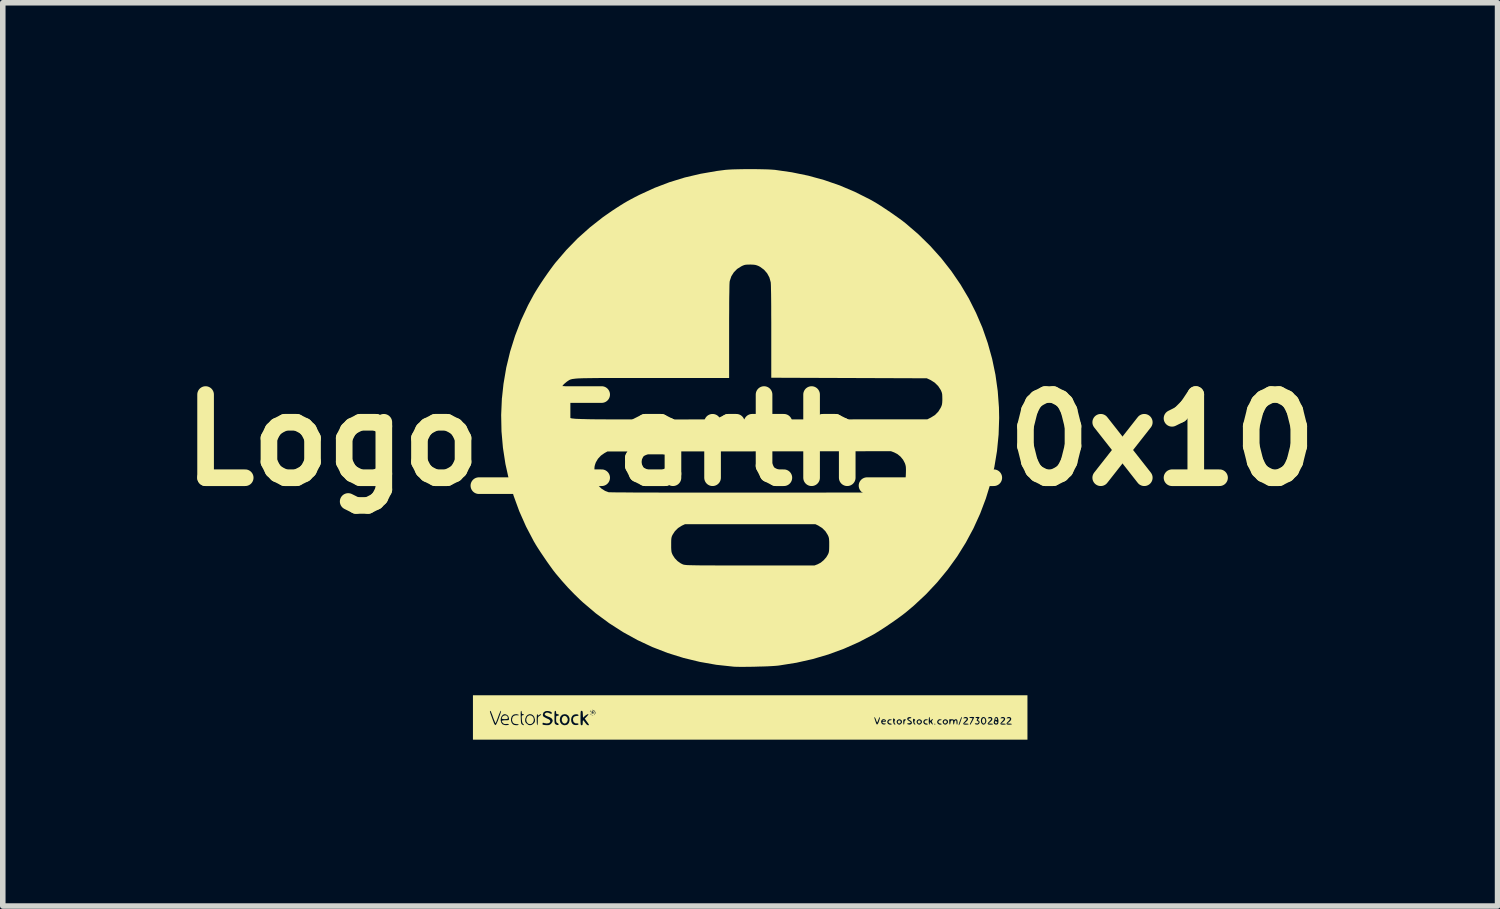
<source format=kicad_pcb>
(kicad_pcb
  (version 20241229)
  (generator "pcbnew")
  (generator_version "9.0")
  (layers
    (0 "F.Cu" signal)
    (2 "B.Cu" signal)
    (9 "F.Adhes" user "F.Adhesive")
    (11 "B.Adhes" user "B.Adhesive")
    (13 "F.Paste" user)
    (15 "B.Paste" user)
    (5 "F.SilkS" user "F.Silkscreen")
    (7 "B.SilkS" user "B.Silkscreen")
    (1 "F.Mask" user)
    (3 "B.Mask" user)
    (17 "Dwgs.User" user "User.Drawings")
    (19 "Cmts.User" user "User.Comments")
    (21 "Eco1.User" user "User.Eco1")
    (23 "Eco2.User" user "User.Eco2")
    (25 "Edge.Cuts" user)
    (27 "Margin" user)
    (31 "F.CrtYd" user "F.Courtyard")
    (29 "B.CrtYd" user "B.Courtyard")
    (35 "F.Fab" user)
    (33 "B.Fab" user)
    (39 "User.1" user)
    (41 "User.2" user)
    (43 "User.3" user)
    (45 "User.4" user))
  (footprint "Logo_Earth_10x10"
    (layer "F.Cu")
    (at 10.479 4.887)
    (property "Reference" "Logo_Earth_10x10" (at 0 0 0) (layer "F.SilkS") (effects (font (size 1.5 1.5) (thickness 0.3))))
    (attr board_only exclude_from_pos_files exclude_from_bom)
    (fp_poly (pts (xy -2.83 4.9) (xy -2.83 4.902) (xy -2.838 4.912) (xy -2.84 4.912) (xy -2.85 4.904) (xy -2.85 4.902) (xy -2.842 4.892) (xy -2.84 4.892)) (stroke (width 0) (type solid)) (fill yes) (layer "F.SilkS"))
    (fp_poly (pts (xy 2.427 5.056) (xy 2.43 5.062) (xy 2.421 5.069) (xy 2.404 5.072) (xy 2.387 5.069) (xy 2.385 5.062) (xy 2.399 5.054) (xy 2.411 5.052)) (stroke (width 0) (type solid)) (fill yes) (layer "F.SilkS"))
    (fp_poly (pts (xy 4.452 5.023) (xy 4.455 5.031) (xy 4.448 5.046) (xy 4.434 5.05) (xy 4.427 5.046) (xy 4.42 5.03) (xy 4.425 5.016) (xy 4.438 5.014)) (stroke (width 0) (type solid)) (fill yes) (layer "F.SilkS"))
    (fp_poly (pts (xy 2.71 5.062) (xy 2.715 5.082) (xy 2.71 5.103) (xy 2.692 5.11) (xy 2.671 5.107) (xy 2.664 5.098) (xy 2.662 5.073) (xy 2.674 5.057) (xy 2.692 5.054)) (stroke (width 0) (type solid)) (fill yes) (layer "F.SilkS"))
    (fp_poly (pts (xy 3.07 5.062) (xy 3.075 5.082) (xy 3.07 5.103) (xy 3.052 5.11) (xy 3.031 5.107) (xy 3.024 5.098) (xy 3.022 5.073) (xy 3.034 5.057) (xy 3.052 5.054)) (stroke (width 0) (type solid)) (fill yes) (layer "F.SilkS"))
    (fp_poly (pts (xy 3.54 5.062) (xy 3.545 5.082) (xy 3.54 5.103) (xy 3.522 5.11) (xy 3.501 5.107) (xy 3.494 5.098) (xy 3.492 5.073) (xy 3.504 5.057) (xy 3.522 5.054)) (stroke (width 0) (type solid)) (fill yes) (layer "F.SilkS"))
    (fp_poly (pts (xy 4.446 5.077) (xy 4.457 5.091) (xy 4.456 5.1) (xy 4.44 5.111) (xy 4.422 5.107) (xy 4.413 5.096) (xy 4.413 5.078) (xy 4.417 5.071) (xy 4.431 5.069)) (stroke (width 0) (type solid)) (fill yes) (layer "F.SilkS"))
    (fp_poly (pts (xy 4.227 5.021) (xy 4.237 5.043) (xy 4.238 5.074) (xy 4.236 5.087) (xy 4.224 5.108) (xy 4.21 5.112) (xy 4.192 5.103) (xy 4.184 5.087) (xy 4.181 5.054) (xy 4.188 5.028) (xy 4.203 5.013) (xy 4.21 5.012)) (stroke (width 0) (type solid)) (fill yes) (layer "F.SilkS"))
    (fp_poly (pts (xy -4.403 4.964) (xy -4.383 4.977) (xy -4.38 4.981) (xy -4.37 5.007) (xy -4.373 5.023) (xy -4.392 5.03) (xy -4.425 5.032) (xy -4.46 5.03) (xy -4.478 5.024) (xy -4.48 5.019) (xy -4.472 4.993) (xy -4.453 4.974) (xy -4.428 4.964)) (stroke (width 0) (type solid)) (fill yes) (layer "F.SilkS"))
    (fp_poly (pts (xy -3.937 4.971) (xy -3.914 4.994) (xy -3.902 5.028) (xy -3.904 5.066) (xy -3.921 5.1) (xy -3.949 5.119) (xy -3.97 5.122) (xy -3.997 5.117) (xy -4.014 5.106) (xy -4.034 5.076) (xy -4.039 5.041) (xy -4.032 5.008) (xy -4.015 4.98) (xy -3.987 4.964) (xy -3.97 4.962)) (stroke (width 0) (type solid)) (fill yes) (layer "F.SilkS"))
    (fp_poly (pts (xy -3.32 4.981) (xy -3.3 5.004) (xy -3.29 5.035) (xy -3.29 5.042) (xy -3.297 5.074) (xy -3.315 5.099) (xy -3.34 5.112) (xy -3.345 5.112) (xy -3.369 5.104) (xy -3.384 5.09) (xy -3.397 5.059) (xy -3.397 5.026) (xy -3.386 4.997) (xy -3.366 4.977) (xy -3.345 4.972)) (stroke (width 0) (type solid)) (fill yes) (layer "F.SilkS"))
    (fp_poly (pts (xy 0.144 -4.886) (xy 0.236 -4.884) (xy 0.319 -4.882) (xy 0.389 -4.878) (xy 0.443 -4.874) (xy 0.445 -4.874) (xy 0.75 -4.83) (xy 1.047 -4.769) (xy 1.334 -4.69) (xy 1.615 -4.593) (xy 1.888 -4.477) (xy 2.155 -4.343) (xy 2.225 -4.304) (xy 2.286 -4.268) (xy 2.359 -4.222) (xy 2.439 -4.169) (xy 2.523 -4.113) (xy 2.606 -4.055) (xy 2.685 -3.999) (xy 2.754 -3.948) (xy 2.805 -3.908) (xy 3.034 -3.711) (xy 3.247 -3.502) (xy 3.445 -3.281) (xy 3.627 -3.049) (xy 3.793 -2.806) (xy 3.942 -2.555) (xy 4.073 -2.294) (xy 4.188 -2.026) (xy 4.284 -1.75) (xy 4.363 -1.467) (xy 4.423 -1.179) (xy 4.464 -0.886) (xy 4.486 -0.589) (xy 4.49 -0.4) (xy 4.48 -0.1) (xy 4.451 0.196) (xy 4.403 0.487) (xy 4.336 0.773) (xy 4.25 1.053) (xy 4.147 1.326) (xy 4.026 1.592) (xy 3.888 1.849) (xy 3.733 2.098) (xy 3.561 2.336) (xy 3.373 2.564) (xy 3.17 2.781) (xy 2.95 2.986) (xy 2.805 3.108) (xy 2.747 3.153) (xy 2.676 3.205) (xy 2.596 3.262) (xy 2.513 3.319) (xy 2.429 3.376) (xy 2.35 3.427) (xy 2.278 3.472) (xy 2.225 3.504) (xy 1.96 3.643) (xy 1.689 3.763) (xy 1.411 3.865) (xy 1.126 3.949) (xy 0.832 4.015) (xy 0.53 4.063) (xy 0.5 4.067) (xy 0.456 4.071) (xy 0.396 4.075) (xy 0.323 4.079) (xy 0.241 4.082) (xy 0.153 4.084) (xy 0.063 4.087) (xy -0.026 4.088) (xy -0.11 4.089) (xy -0.185 4.089) (xy -0.248 4.088) (xy -0.296 4.086) (xy -0.305 4.085) (xy -0.611 4.052) (xy -0.911 3.999) (xy -1.203 3.928) (xy -1.488 3.839) (xy -1.764 3.732) (xy -2.033 3.606) (xy -2.292 3.463) (xy -2.543 3.302) (xy -2.784 3.124) (xy -3.015 2.928) (xy -3.066 2.881) (xy -3.175 2.775) (xy -3.288 2.658) (xy -3.398 2.535) (xy -3.501 2.413) (xy -3.507 2.406) (xy -3.553 2.347) (xy -3.605 2.275) (xy -3.662 2.195) (xy -3.72 2.11) (xy -3.777 2.026) (xy -3.829 1.946) (xy -3.867 1.886) (xy -1.425 1.886) (xy -1.425 1.94) (xy -1.423 1.979) (xy -1.42 2.008) (xy -1.415 2.031) (xy -1.406 2.053) (xy -1.397 2.073) (xy -1.36 2.13) (xy -1.31 2.182) (xy -1.252 2.223) (xy -1.217 2.24) (xy -1.209 2.243) (xy -1.2 2.246) (xy -1.189 2.248) (xy -1.175 2.25) (xy -1.157 2.252) (xy -1.135 2.254) (xy -1.105 2.255) (xy -1.069 2.256) (xy -1.024 2.257) (xy -0.969 2.258) (xy -0.904 2.259) (xy -0.826 2.259) (xy -0.736 2.259) (xy -0.632 2.26) (xy -0.512 2.26) (xy -0.376 2.26) (xy -0.222 2.26) (xy -0.05 2.26) (xy -0.003 2.26) (xy 1.159 2.261) (xy 1.217 2.239) (xy 1.272 2.21) (xy 1.325 2.166) (xy 1.372 2.113) (xy 1.4 2.066) (xy 1.411 2.043) (xy 1.418 2.02) (xy 1.422 1.994) (xy 1.424 1.96) (xy 1.425 1.911) (xy 1.425 1.891) (xy 1.425 1.837) (xy 1.423 1.798) (xy 1.42 1.769) (xy 1.414 1.745) (xy 1.404 1.722) (xy 1.399 1.711) (xy 1.357 1.644) (xy 1.3 1.587) (xy 1.232 1.544) (xy 1.232 1.543) (xy 1.175 1.516) (xy 0 1.516) (xy -1.175 1.516) (xy -1.231 1.542) (xy -1.3 1.585) (xy -1.358 1.643) (xy -1.397 1.703) (xy -1.409 1.726) (xy -1.416 1.746) (xy -1.421 1.769) (xy -1.424 1.799) (xy -1.425 1.84) (xy -1.425 1.886) (xy -3.867 1.886) (xy -3.874 1.873) (xy -3.903 1.824) (xy -4.043 1.557) (xy -4.164 1.284) (xy -4.266 1.005) (xy -4.35 0.72) (xy -4.388 0.547) (xy -2.809 0.547) (xy -2.808 0.59) (xy -2.806 0.644) (xy -2.803 0.683) (xy -2.797 0.712) (xy -2.789 0.738) (xy -2.781 0.755) (xy -2.739 0.82) (xy -2.683 0.874) (xy -2.617 0.916) (xy -2.553 0.94) (xy -2.539 0.94) (xy -2.506 0.941) (xy -2.455 0.942) (xy -2.386 0.943) (xy -2.3 0.943) (xy -2.198 0.944) (xy -2.08 0.945) (xy -1.947 0.945) (xy -1.8 0.945) (xy -1.64 0.946) (xy -1.467 0.946) (xy -1.282 0.947) (xy -1.086 0.947) (xy -0.88 0.947) (xy -0.664 0.947) (xy -0.439 0.947) (xy -0.206 0.947) (xy 0.02 0.947) (xy 2.555 0.945) (xy 2.611 0.919) (xy 2.68 0.876) (xy 2.738 0.818) (xy 2.777 0.758) (xy 2.789 0.732) (xy 2.797 0.708) (xy 2.803 0.679) (xy 2.806 0.641) (xy 2.808 0.59) (xy 2.809 0.537) (xy 2.808 0.498) (xy 2.805 0.468) (xy 2.798 0.441) (xy 2.789 0.415) (xy 2.757 0.354) (xy 2.711 0.298) (xy 2.655 0.252) (xy 2.597 0.222) (xy 2.539 0.2) (xy -0.018 0.203) (xy -2.575 0.205) (xy -2.628 0.234) (xy -2.692 0.279) (xy -2.745 0.336) (xy -2.783 0.4) (xy -2.789 0.416) (xy -2.799 0.445) (xy -2.806 0.473) (xy -2.809 0.505) (xy -2.809 0.547) (xy -4.388 0.547) (xy -4.414 0.431) (xy -4.459 0.138) (xy -4.485 -0.157) (xy -4.491 -0.454) (xy -4.478 -0.752) (xy -4.475 -0.772) (xy -3.47 -0.772) (xy -3.466 -0.691) (xy -3.446 -0.613) (xy -3.411 -0.541) (xy -3.362 -0.478) (xy -3.301 -0.428) (xy -3.293 -0.423) (xy -3.285 -0.419) (xy -3.278 -0.414) (xy -3.272 -0.41) (xy -3.265 -0.406) (xy -3.258 -0.402) (xy -3.249 -0.399) (xy -3.237 -0.396) (xy -3.223 -0.393) (xy -3.205 -0.39) (xy -3.183 -0.388) (xy -3.156 -0.385) (xy -3.124 -0.383) (xy -3.085 -0.382) (xy -3.04 -0.38) (xy -2.987 -0.379) (xy -2.926 -0.377) (xy -2.857 -0.376) (xy -2.777 -0.375) (xy -2.688 -0.375) (xy -2.588 -0.374) (xy -2.477 -0.373) (xy -2.353 -0.373) (xy -2.217 -0.373) (xy -2.067 -0.373) (xy -1.903 -0.372) (xy -1.725 -0.372) (xy -1.531 -0.372) (xy -1.321 -0.372) (xy -1.095 -0.373) (xy -0.851 -0.373) (xy -0.589 -0.373) (xy -0.309 -0.373) (xy -0.009 -0.373) (xy 0.015 -0.373) (xy 3.195 -0.375) (xy 3.261 -0.408) (xy 3.334 -0.454) (xy 3.394 -0.516) (xy 3.438 -0.588) (xy 3.451 -0.618) (xy 3.459 -0.645) (xy 3.463 -0.677) (xy 3.465 -0.718) (xy 3.465 -0.745) (xy 3.464 -0.794) (xy 3.462 -0.829) (xy 3.456 -0.856) (xy 3.446 -0.882) (xy 3.437 -0.903) (xy 3.39 -0.975) (xy 3.328 -1.036) (xy 3.254 -1.083) (xy 3.252 -1.084) (xy 3.185 -1.115) (xy 1.782 -1.12) (xy 0.38 -1.125) (xy 0.38 -1.956) (xy 0.38 -2.124) (xy 0.379 -2.277) (xy 0.379 -2.413) (xy 0.378 -2.531) (xy 0.377 -2.632) (xy 0.375 -2.715) (xy 0.374 -2.779) (xy 0.372 -2.824) (xy 0.37 -2.849) (xy 0.369 -2.851) (xy 0.346 -2.934) (xy 0.305 -3.009) (xy 0.249 -3.073) (xy 0.18 -3.124) (xy 0.15 -3.14) (xy 0.119 -3.152) (xy 0.09 -3.16) (xy 0.055 -3.164) (xy 0.008 -3.166) (xy -0.000211 -3.166) (xy -0.047 -3.165) (xy -0.08 -3.163) (xy -0.108 -3.157) (xy -0.136 -3.146) (xy -0.162 -3.133) (xy -0.235 -3.087) (xy -0.295 -3.026) (xy -0.34 -2.955) (xy -0.367 -2.874) (xy -0.37 -2.862) (xy -0.372 -2.841) (xy -0.374 -2.802) (xy -0.375 -2.743) (xy -0.376 -2.667) (xy -0.378 -2.574) (xy -0.379 -2.465) (xy -0.379 -2.34) (xy -0.38 -2.201) (xy -0.38 -2.047) (xy -0.38 -1.964) (xy -0.38 -1.12) (xy -1.763 -1.12) (xy -1.961 -1.12) (xy -2.141 -1.12) (xy -2.302 -1.12) (xy -2.446 -1.12) (xy -2.575 -1.12) (xy -2.688 -1.12) (xy -2.788 -1.119) (xy -2.874 -1.118) (xy -2.949 -1.117) (xy -3.013 -1.116) (xy -3.067 -1.114) (xy -3.113 -1.112) (xy -3.15 -1.109) (xy -3.181 -1.105) (xy -3.206 -1.102) (xy -3.226 -1.097) (xy -3.243 -1.092) (xy -3.257 -1.086) (xy -3.269 -1.079) (xy -3.28 -1.072) (xy -3.292 -1.064) (xy -3.305 -1.055) (xy -3.308 -1.053) (xy -3.36 -1.009) (xy -3.406 -0.953) (xy -3.442 -0.891) (xy -3.456 -0.852) (xy -3.47 -0.772) (xy -4.475 -0.772) (xy -4.449 -1.014) (xy -4.399 -1.308) (xy -4.329 -1.598) (xy -4.24 -1.882) (xy -4.133 -2.161) (xy -4.006 -2.433) (xy -3.903 -2.624) (xy -3.868 -2.683) (xy -3.824 -2.754) (xy -3.773 -2.833) (xy -3.718 -2.915) (xy -3.662 -2.996) (xy -3.607 -3.073) (xy -3.557 -3.141) (xy -3.515 -3.196) (xy -3.318 -3.426) (xy -3.11 -3.64) (xy -2.888 -3.838) (xy -2.654 -4.022) (xy -2.49 -4.136) (xy -2.409 -4.189) (xy -2.339 -4.234) (xy -2.276 -4.273) (xy -2.216 -4.308) (xy -2.154 -4.342) (xy -2.086 -4.378) (xy -2.006 -4.419) (xy -1.985 -4.429) (xy -1.724 -4.549) (xy -1.456 -4.651) (xy -1.18 -4.736) (xy -0.894 -4.803) (xy -0.599 -4.854) (xy -0.445 -4.874) (xy -0.392 -4.878) (xy -0.322 -4.882) (xy -0.24 -4.884) (xy -0.149 -4.886) (xy -0.052 -4.887) (xy 0.047 -4.887)) (stroke (width 0) (type solid)) (fill yes) (layer "F.SilkS"))
    (fp_poly (pts (xy 5 5.002) (xy 5 5.402) (xy 0 5.402) (xy -5 5.402) (xy -5 5.002) (xy -5 4.89) (xy -4.694 4.89) (xy -4.689 4.915) (xy -4.681 4.938) (xy -4.669 4.972) (xy -4.653 5.016) (xy -4.637 5.061) (xy -4.635 5.065) (xy -4.619 5.108) (xy -4.605 5.132) (xy -4.594 5.14) (xy -4.593 5.14) (xy -4.583 5.129) (xy -4.569 5.102) (xy -4.551 5.062) (xy -4.551 5.06) (xy -4.499 5.06) (xy -4.489 5.096) (xy -4.467 5.124) (xy -4.456 5.13) (xy -4.422 5.14) (xy -4.385 5.14) (xy -4.366 5.136) (xy -4.351 5.127) (xy -4.353 5.121) (xy -4.371 5.118) (xy -4.394 5.119) (xy -4.425 5.121) (xy -4.446 5.114) (xy -4.459 5.103) (xy -4.478 5.08) (xy -4.48 5.065) (xy -4.465 5.056) (xy -4.431 5.052) (xy -4.415 5.052) (xy -4.38 5.052) (xy -4.361 5.049) (xy -4.352 5.043) (xy -4.35 5.031) (xy -4.35 5.023) (xy -4.35 5.023) (xy -4.313 5.023) (xy -4.313 5.063) (xy -4.3 5.1) (xy -4.277 5.127) (xy -4.254 5.137) (xy -4.225 5.141) (xy -4.197 5.141) (xy -4.178 5.135) (xy -4.175 5.132) (xy -4.18 5.126) (xy -4.201 5.122) (xy -4.213 5.122) (xy -4.254 5.115) (xy -4.281 5.095) (xy -4.293 5.061) (xy -4.295 5.042) (xy -4.287 5.001) (xy -4.267 4.974) (xy -4.234 4.963) (xy -4.22 4.962) (xy -4.188 4.963) (xy -4.173 4.962) (xy -4.173 4.958) (xy -4.139 4.958) (xy -4.138 4.998) (xy -4.136 5.049) (xy -4.134 5.084) (xy -4.13 5.106) (xy -4.124 5.119) (xy -4.115 5.128) (xy -4.094 5.14) (xy -4.082 5.14) (xy -4.08 5.136) (xy -4.087 5.125) (xy -4.097 5.117) (xy -4.107 5.103) (xy -4.114 5.076) (xy -4.115 5.065) (xy -4.059 5.065) (xy -4.054 5.085) (xy -4.038 5.105) (xy -4.032 5.112) (xy -3.999 5.136) (xy -3.97 5.142) (xy -3.937 5.134) (xy -3.908 5.112) (xy -3.889 5.09) (xy -3.882 5.071) (xy -3.882 5.044) (xy -3.882 5.042) (xy -3.85 5.042) (xy -3.849 5.088) (xy -3.846 5.122) (xy -3.842 5.14) (xy -3.84 5.142) (xy -3.835 5.133) (xy -3.833 5.115) (xy -3.746 5.115) (xy -3.745 5.127) (xy -3.731 5.134) (xy -3.701 5.139) (xy -3.662 5.141) (xy -3.629 5.139) (xy -3.605 5.127) (xy -3.589 5.113) (xy -3.566 5.08) (xy -3.562 5.05) (xy -3.578 5.022) (xy -3.612 4.999) (xy -3.618 4.996) (xy -3.53 4.996) (xy -3.53 5.046) (xy -3.529 5.08) (xy -3.526 5.101) (xy -3.521 5.114) (xy -3.512 5.123) (xy -3.507 5.127) (xy -3.482 5.138) (xy -3.462 5.137) (xy -3.453 5.126) (xy -3.458 5.115) (xy -3.475 5.104) (xy -3.489 5.096) (xy -3.496 5.083) (xy -3.5 5.061) (xy -3.5 5.053) (xy -3.434 5.053) (xy -3.423 5.093) (xy -3.4 5.123) (xy -3.366 5.14) (xy -3.345 5.142) (xy -3.315 5.137) (xy -3.293 5.127) (xy -3.271 5.1) (xy -3.259 5.063) (xy -3.258 5.043) (xy -3.23 5.043) (xy -3.225 5.081) (xy -3.208 5.113) (xy -3.186 5.131) (xy -3.161 5.138) (xy -3.133 5.139) (xy -3.109 5.135) (xy -3.096 5.126) (xy -3.095 5.122) (xy -3.103 5.11) (xy -3.115 5.109) (xy -3.154 5.107) (xy -3.18 5.089) (xy -3.189 5.074) (xy -3.197 5.035) (xy -3.191 5.012) (xy -3.06 5.012) (xy -3.06 5.065) (xy -3.059 5.101) (xy -3.057 5.124) (xy -3.053 5.136) (xy -3.048 5.141) (xy -3.04 5.142) (xy -3.028 5.139) (xy -3.022 5.127) (xy -3.02 5.1) (xy -3.02 5.097) (xy -3.019 5.07) (xy -3.015 5.054) (xy -3.013 5.052) (xy -3.003 5.06) (xy -2.987 5.08) (xy -2.975 5.097) (xy -2.95 5.128) (xy -2.929 5.141) (xy -2.922 5.142) (xy -2.911 5.141) (xy -2.909 5.137) (xy 3.76 5.137) (xy 3.763 5.143) (xy 3.771 5.133) (xy 3.779 5.116) (xy 3.841 5.116) (xy 3.849 5.127) (xy 3.875 5.132) (xy 3.89 5.132) (xy 3.919 5.13) (xy 3.937 5.126) (xy 3.94 5.122) (xy 3.931 5.116) (xy 3.909 5.112) (xy 3.897 5.112) (xy 3.855 5.111) (xy 3.893 5.081) (xy 3.921 5.052) (xy 3.929 5.027) (xy 3.919 5.005) (xy 3.918 5.004) (xy 3.914 5.002) (xy 3.95 5.002) (xy 3.959 5.009) (xy 3.98 5.012) (xy 3.98 5.012) (xy 4.001 5.014) (xy 4.01 5.017) (xy 4.01 5.017) (xy 4.006 5.028) (xy 3.995 5.052) (xy 3.985 5.072) (xy 3.969 5.104) (xy 3.962 5.122) (xy 3.962 5.13) (xy 3.968 5.132) (xy 3.968 5.132) (xy 3.976 5.124) (xy 3.982 5.113) (xy 4.05 5.113) (xy 4.056 5.122) (xy 4.062 5.125) (xy 4.096 5.132) (xy 4.122 5.121) (xy 4.132 5.106) (xy 4.139 5.085) (xy 4.132 5.07) (xy 4.122 5.062) (xy 4.16 5.062) (xy 4.166 5.097) (xy 4.182 5.121) (xy 4.203 5.132) (xy 4.226 5.127) (xy 4.238 5.116) (xy 4.281 5.116) (xy 4.289 5.127) (xy 4.315 5.132) (xy 4.33 5.132) (xy 4.359 5.13) (xy 4.377 5.126) (xy 4.38 5.122) (xy 4.371 5.116) (xy 4.349 5.112) (xy 4.338 5.112) (xy 4.295 5.111) (xy 4.325 5.087) (xy 4.39 5.087) (xy 4.395 5.11) (xy 4.402 5.12) (xy 4.424 5.13) (xy 4.449 5.13) (xy 4.468 5.12) (xy 4.469 5.116) (xy 4.511 5.116) (xy 4.519 5.127) (xy 4.545 5.132) (xy 4.56 5.132) (xy 4.589 5.13) (xy 4.607 5.126) (xy 4.61 5.122) (xy 4.601 5.116) (xy 4.621 5.116) (xy 4.629 5.127) (xy 4.655 5.132) (xy 4.67 5.132) (xy 4.699 5.13) (xy 4.717 5.126) (xy 4.72 5.122) (xy 4.711 5.116) (xy 4.689 5.112) (xy 4.678 5.112) (xy 4.635 5.111) (xy 4.673 5.081) (xy 4.701 5.052) (xy 4.709 5.027) (xy 4.699 5.005) (xy 4.698 5.004) (xy 4.675 4.993) (xy 4.648 4.995) (xy 4.63 5.007) (xy 4.624 5.017) (xy 4.632 5.019) (xy 4.648 5.016) (xy 4.675 5.015) (xy 4.685 5.024) (xy 4.68 5.042) (xy 4.657 5.068) (xy 4.656 5.069) (xy 4.63 5.097) (xy 4.621 5.116) (xy 4.601 5.116) (xy 4.601 5.116) (xy 4.579 5.112) (xy 4.567 5.112) (xy 4.525 5.111) (xy 4.562 5.081) (xy 4.591 5.052) (xy 4.599 5.027) (xy 4.589 5.005) (xy 4.588 5.004) (xy 4.565 4.993) (xy 4.538 4.995) (xy 4.52 5.007) (xy 4.514 5.017) (xy 4.522 5.019) (xy 4.538 5.016) (xy 4.565 5.015) (xy 4.575 5.024) (xy 4.57 5.042) (xy 4.547 5.068) (xy 4.546 5.069) (xy 4.52 5.097) (xy 4.511 5.116) (xy 4.469 5.116) (xy 4.475 5.099) (xy 4.477 5.068) (xy 4.474 5.036) (xy 4.466 5.01) (xy 4.457 4.998) (xy 4.435 4.993) (xy 4.416 5.004) (xy 4.405 5.028) (xy 4.405 5.035) (xy 4.402 5.057) (xy 4.397 5.068) (xy 4.39 5.087) (xy 4.325 5.087) (xy 4.332 5.081) (xy 4.361 5.052) (xy 4.369 5.027) (xy 4.359 5.005) (xy 4.358 5.004) (xy 4.335 4.993) (xy 4.308 4.995) (xy 4.29 5.007) (xy 4.284 5.017) (xy 4.292 5.019) (xy 4.308 5.016) (xy 4.335 5.015) (xy 4.345 5.024) (xy 4.34 5.042) (xy 4.317 5.068) (xy 4.316 5.069) (xy 4.29 5.097) (xy 4.281 5.116) (xy 4.238 5.116) (xy 4.244 5.11) (xy 4.258 5.08) (xy 4.258 5.049) (xy 4.249 5.022) (xy 4.233 5.002) (xy 4.212 4.993) (xy 4.189 4.998) (xy 4.176 5.008) (xy 4.165 5.028) (xy 4.16 5.058) (xy 4.16 5.062) (xy 4.122 5.062) (xy 4.122 5.062) (xy 4.109 5.047) (xy 4.11 5.037) (xy 4.122 5.024) (xy 4.13 5.011) (xy 4.135 4.999) (xy 4.129 4.993) (xy 4.107 4.992) (xy 4.1 4.992) (xy 4.075 4.994) (xy 4.061 5) (xy 4.06 5.002) (xy 4.068 5.01) (xy 4.08 5.012) (xy 4.097 5.016) (xy 4.097 5.029) (xy 4.088 5.04) (xy 4.083 5.055) (xy 4.098 5.068) (xy 4.114 5.075) (xy 4.119 5.085) (xy 4.117 5.096) (xy 4.107 5.109) (xy 4.086 5.11) (xy 4.08 5.108) (xy 4.059 5.108) (xy 4.05 5.113) (xy 3.982 5.113) (xy 3.989 5.102) (xy 4.006 5.071) (xy 4.008 5.067) (xy 4.024 5.034) (xy 4.035 5.01) (xy 4.04 4.997) (xy 4.04 4.997) (xy 4.031 4.994) (xy 4.008 4.992) (xy 3.995 4.992) (xy 3.968 4.994) (xy 3.952 4.999) (xy 3.95 5.002) (xy 3.914 5.002) (xy 3.895 4.993) (xy 3.868 4.995) (xy 3.85 5.007) (xy 3.844 5.017) (xy 3.852 5.019) (xy 3.868 5.016) (xy 3.895 5.015) (xy 3.905 5.024) (xy 3.9 5.042) (xy 3.877 5.068) (xy 3.876 5.069) (xy 3.85 5.097) (xy 3.841 5.116) (xy 3.779 5.116) (xy 3.781 5.111) (xy 3.793 5.079) (xy 3.795 5.072) (xy 3.806 5.04) (xy 3.814 5.014) (xy 3.818 5.004) (xy 3.816 4.993) (xy 3.813 4.992) (xy 3.807 5.001) (xy 3.796 5.023) (xy 3.785 5.053) (xy 3.773 5.085) (xy 3.764 5.114) (xy 3.76 5.135) (xy 3.76 5.137) (xy -2.909 5.137) (xy -2.908 5.136) (xy -2.914 5.122) (xy -2.93 5.098) (xy -2.942 5.082) (xy -2.984 5.022) (xy -2.963 5.001) (xy 2.239 5.001) (xy 2.243 5.022) (xy 2.254 5.057) (xy 2.27 5.103) (xy 2.275 5.115) (xy 2.285 5.129) (xy 2.296 5.125) (xy 2.31 5.102) (xy 2.319 5.078) (xy 2.36 5.078) (xy 2.368 5.107) (xy 2.389 5.126) (xy 2.417 5.13) (xy 2.44 5.122) (xy 2.448 5.115) (xy 2.445 5.112) (xy 2.426 5.11) (xy 2.411 5.109) (xy 2.388 5.103) (xy 2.382 5.093) (xy 2.393 5.085) (xy 2.414 5.082) (xy 2.441 5.078) (xy 2.445 5.073) (xy 2.472 5.073) (xy 2.474 5.099) (xy 2.49 5.12) (xy 2.517 5.132) (xy 2.525 5.132) (xy 2.546 5.128) (xy 2.555 5.123) (xy 2.55 5.116) (xy 2.531 5.111) (xy 2.528 5.11) (xy 2.505 5.105) (xy 2.496 5.094) (xy 2.495 5.082) (xy 2.498 5.064) (xy 2.512 5.055) (xy 2.53 5.052) (xy 2.551 5.048) (xy 2.554 5.043) (xy 2.55 5.041) (xy 2.576 5.041) (xy 2.577 5.069) (xy 2.582 5.098) (xy 2.59 5.119) (xy 2.594 5.124) (xy 2.612 5.132) (xy 2.62 5.124) (xy 2.62 5.122) (xy 2.612 5.112) (xy 2.61 5.112) (xy 2.603 5.103) (xy 2.6 5.082) (xy 2.6 5.082) (xy 2.64 5.082) (xy 2.648 5.106) (xy 2.667 5.125) (xy 2.687 5.132) (xy 2.707 5.126) (xy 2.722 5.115) (xy 2.738 5.09) (xy 2.737 5.083) (xy 2.76 5.083) (xy 2.762 5.111) (xy 2.767 5.129) (xy 2.77 5.132) (xy 2.777 5.123) (xy 2.778 5.114) (xy 2.83 5.114) (xy 2.838 5.123) (xy 2.842 5.125) (xy 2.873 5.131) (xy 2.9 5.125) (xy 2.91 5.117) (xy 2.917 5.095) (xy 2.908 5.073) (xy 2.885 5.055) (xy 2.879 5.053) (xy 2.857 5.041) (xy 2.857 5.039) (xy 2.936 5.039) (xy 2.937 5.064) (xy 2.941 5.091) (xy 2.949 5.114) (xy 2.953 5.12) (xy 2.967 5.131) (xy 2.978 5.129) (xy 2.98 5.122) (xy 2.972 5.112) (xy 2.97 5.112) (xy 2.963 5.103) (xy 2.96 5.082) (xy 2.96 5.082) (xy 3 5.082) (xy 3.008 5.106) (xy 3.027 5.125) (xy 3.047 5.132) (xy 3.067 5.126) (xy 3.082 5.115) (xy 3.098 5.09) (xy 3.096 5.073) (xy 3.122 5.073) (xy 3.124 5.099) (xy 3.14 5.12) (xy 3.167 5.132) (xy 3.175 5.132) (xy 3.196 5.128) (xy 3.205 5.123) (xy 3.2 5.116) (xy 3.181 5.111) (xy 3.178 5.11) (xy 3.155 5.105) (xy 3.146 5.094) (xy 3.145 5.082) (xy 3.148 5.064) (xy 3.152 5.062) (xy 3.22 5.062) (xy 3.221 5.098) (xy 3.225 5.123) (xy 3.23 5.132) (xy 3.23 5.132) (xy 3.237 5.123) (xy 3.24 5.105) (xy 3.241 5.077) (xy 3.263 5.105) (xy 3.283 5.126) (xy 3.293 5.131) (xy 3.293 5.122) (xy 3.32 5.122) (xy 3.328 5.132) (xy 3.33 5.132) (xy 3.34 5.124) (xy 3.34 5.122) (xy 3.332 5.112) (xy 3.33 5.112) (xy 3.32 5.12) (xy 3.32 5.122) (xy 3.293 5.122) (xy 3.293 5.12) (xy 3.285 5.101) (xy 3.275 5.079) (xy 3.275 5.073) (xy 3.372 5.073) (xy 3.374 5.099) (xy 3.39 5.12) (xy 3.417 5.132) (xy 3.425 5.132) (xy 3.446 5.128) (xy 3.455 5.123) (xy 3.45 5.116) (xy 3.431 5.111) (xy 3.428 5.11) (xy 3.405 5.105) (xy 3.396 5.094) (xy 3.395 5.082) (xy 3.47 5.082) (xy 3.478 5.106) (xy 3.497 5.125) (xy 3.517 5.132) (xy 3.537 5.126) (xy 3.552 5.115) (xy 3.568 5.09) (xy 3.567 5.084) (xy 3.59 5.084) (xy 3.592 5.115) (xy 3.598 5.13) (xy 3.605 5.128) (xy 3.61 5.108) (xy 3.612 5.095) (xy 3.617 5.068) (xy 3.627 5.057) (xy 3.638 5.054) (xy 3.652 5.054) (xy 3.658 5.063) (xy 3.66 5.087) (xy 3.66 5.091) (xy 3.663 5.12) (xy 3.669 5.131) (xy 3.676 5.123) (xy 3.682 5.097) (xy 3.682 5.095) (xy 3.688 5.066) (xy 3.701 5.054) (xy 3.703 5.054) (xy 3.714 5.055) (xy 3.719 5.068) (xy 3.72 5.091) (xy 3.722 5.117) (xy 3.728 5.131) (xy 3.73 5.132) (xy 3.736 5.123) (xy 3.74 5.102) (xy 3.739 5.076) (xy 3.735 5.052) (xy 3.734 5.048) (xy 3.72 5.034) (xy 3.699 5.034) (xy 3.682 5.044) (xy 3.672 5.051) (xy 3.67 5.044) (xy 3.661 5.036) (xy 3.635 5.034) (xy 3.63 5.034) (xy 3.59 5.035) (xy 3.59 5.084) (xy 3.567 5.084) (xy 3.565 5.063) (xy 3.554 5.048) (xy 3.529 5.034) (xy 3.503 5.037) (xy 3.481 5.052) (xy 3.47 5.077) (xy 3.47 5.082) (xy 3.395 5.082) (xy 3.398 5.064) (xy 3.412 5.055) (xy 3.43 5.052) (xy 3.451 5.048) (xy 3.454 5.043) (xy 3.447 5.039) (xy 3.416 5.033) (xy 3.393 5.042) (xy 3.386 5.048) (xy 3.372 5.073) (xy 3.275 5.073) (xy 3.275 5.065) (xy 3.286 5.051) (xy 3.297 5.037) (xy 3.294 5.032) (xy 3.288 5.032) (xy 3.271 5.04) (xy 3.266 5.047) (xy 3.256 5.061) (xy 3.247 5.058) (xy 3.241 5.04) (xy 3.24 5.027) (xy 3.237 5.004) (xy 3.231 4.992) (xy 3.23 4.992) (xy 3.225 5.001) (xy 3.221 5.026) (xy 3.22 5.062) (xy 3.22 5.062) (xy 3.152 5.062) (xy 3.162 5.055) (xy 3.18 5.052) (xy 3.201 5.048) (xy 3.204 5.043) (xy 3.197 5.039) (xy 3.166 5.033) (xy 3.143 5.042) (xy 3.136 5.048) (xy 3.122 5.073) (xy 3.096 5.073) (xy 3.095 5.063) (xy 3.084 5.048) (xy 3.059 5.034) (xy 3.033 5.037) (xy 3.011 5.052) (xy 3 5.077) (xy 3 5.082) (xy 2.96 5.082) (xy 2.964 5.061) (xy 2.972 5.052) (xy 2.977 5.047) (xy 2.968 5.036) (xy 2.952 5.026) (xy 2.942 5.026) (xy 2.936 5.039) (xy 2.857 5.039) (xy 2.854 5.028) (xy 2.868 5.019) (xy 2.884 5.017) (xy 2.902 5.014) (xy 2.907 5.007) (xy 2.894 4.997) (xy 2.873 4.994) (xy 2.851 4.999) (xy 2.844 5.002) (xy 2.831 5.023) (xy 2.836 5.044) (xy 2.859 5.063) (xy 2.866 5.067) (xy 2.89 5.082) (xy 2.896 5.096) (xy 2.884 5.104) (xy 2.861 5.106) (xy 2.839 5.108) (xy 2.83 5.114) (xy 2.778 5.114) (xy 2.78 5.102) (xy 2.78 5.097) (xy 2.784 5.068) (xy 2.795 5.056) (xy 2.809 5.046) (xy 2.805 5.038) (xy 2.785 5.034) (xy 2.77 5.036) (xy 2.763 5.045) (xy 2.76 5.065) (xy 2.76 5.083) (xy 2.737 5.083) (xy 2.735 5.063) (xy 2.724 5.048) (xy 2.699 5.034) (xy 2.673 5.037) (xy 2.651 5.052) (xy 2.64 5.077) (xy 2.64 5.082) (xy 2.6 5.082) (xy 2.603 5.061) (xy 2.611 5.052) (xy 2.612 5.052) (xy 2.614 5.046) (xy 2.605 5.032) (xy 2.589 5.019) (xy 2.579 5.023) (xy 2.576 5.041) (xy 2.55 5.041) (xy 2.547 5.039) (xy 2.516 5.033) (xy 2.493 5.042) (xy 2.486 5.048) (xy 2.472 5.073) (xy 2.445 5.073) (xy 2.45 5.066) (xy 2.441 5.047) (xy 2.438 5.044) (xy 2.414 5.032) (xy 2.389 5.035) (xy 2.369 5.051) (xy 2.36 5.077) (xy 2.36 5.078) (xy 2.319 5.078) (xy 2.326 5.06) (xy 2.326 5.058) (xy 2.337 5.021) (xy 2.341 5) (xy 2.337 4.995) (xy 2.328 5.006) (xy 2.316 5.03) (xy 2.311 5.045) (xy 2.301 5.072) (xy 2.293 5.089) (xy 2.29 5.092) (xy 2.284 5.083) (xy 2.274 5.061) (xy 2.269 5.045) (xy 2.258 5.017) (xy 2.247 4.998) (xy 2.243 4.994) (xy 2.239 5.001) (xy -2.963 5.001) (xy -2.945 4.982) (xy -2.93 4.965) (xy -2.847 4.965) (xy -2.845 4.971) (xy -2.84 4.972) (xy -2.832 4.968) (xy -2.833 4.965) (xy -2.845 4.964) (xy -2.847 4.965) (xy -2.93 4.965) (xy -2.924 4.959) (xy -2.917 4.946) (xy -2.922 4.942) (xy -2.924 4.942) (xy -2.942 4.948) (xy -2.967 4.964) (xy -2.979 4.974) (xy -3.015 5.006) (xy -3.018 4.944) (xy -3.019 4.932) (xy -2.889 4.932) (xy -2.887 4.937) (xy -2.881 4.944) (xy -2.867 4.96) (xy -2.86 4.96) (xy -2.86 4.958) (xy -2.867 4.95) (xy -2.877 4.941) (xy -2.889 4.932) (xy -3.019 4.932) (xy -3.02 4.914) (xy -2.859 4.914) (xy -2.857 4.932) (xy -2.854 4.936) (xy -2.853 4.934) (xy -2.844 4.927) (xy -2.836 4.931) (xy -2.827 4.933) (xy -2.825 4.918) (xy -2.825 4.914) (xy -2.831 4.891) (xy -2.842 4.884) (xy -2.855 4.886) (xy -2.859 4.9) (xy -2.859 4.914) (xy -3.02 4.914) (xy -3.02 4.91) (xy -3.024 4.893) (xy -2.89 4.893) (xy -2.887 4.902) (xy -2.879 4.894) (xy -2.876 4.886) (xy -2.875 4.876) (xy -2.88 4.877) (xy -2.89 4.89) (xy -2.89 4.893) (xy -3.024 4.893) (xy -3.025 4.891) (xy -3.032 4.883) (xy -3.04 4.882) (xy -3.048 4.883) (xy -3.054 4.889) (xy -3.057 4.902) (xy -3.059 4.927) (xy -3.06 4.965) (xy -3.06 5.012) (xy -3.191 5.012) (xy -3.189 5.003) (xy -3.166 4.982) (xy -3.132 4.974) (xy -3.122 4.974) (xy -3.101 4.972) (xy -3.095 4.962) (xy -3.104 4.95) (xy -3.125 4.944) (xy -3.154 4.945) (xy -3.18 4.952) (xy -3.207 4.973) (xy -3.224 5.005) (xy -3.23 5.043) (xy -3.258 5.043) (xy -3.258 5.021) (xy -3.261 5.007) (xy -3.28 4.97) (xy -3.312 4.948) (xy -3.345 4.942) (xy -3.385 4.951) (xy -3.414 4.976) (xy -3.429 5.007) (xy -3.434 5.053) (xy -3.5 5.053) (xy -3.5 5.032) (xy -3.499 4.999) (xy -3.497 4.981) (xy -3.489 4.973) (xy -3.476 4.972) (xy -3.475 4.972) (xy -3.455 4.967) (xy -3.45 4.957) (xy -3.459 4.945) (xy -3.475 4.942) (xy -3.493 4.939) (xy -3.499 4.925) (xy -3.5 4.912) (xy -3.504 4.888) (xy -3.515 4.882) (xy -3.522 4.885) (xy -3.526 4.896) (xy -3.529 4.919) (xy -3.53 4.956) (xy -3.53 4.996) (xy -3.618 4.996) (xy -3.645 4.986) (xy -3.684 4.97) (xy -3.704 4.953) (xy -3.705 4.936) (xy -3.694 4.925) (xy -3.669 4.913) (xy -3.641 4.916) (xy -3.616 4.927) (xy -3.594 4.936) (xy -3.582 4.934) (xy -3.578 4.93) (xy -3.578 4.914) (xy -3.592 4.901) (xy -3.617 4.891) (xy -3.648 4.885) (xy -3.679 4.886) (xy -3.7 4.892) (xy -3.728 4.913) (xy -3.739 4.945) (xy -3.738 4.969) (xy -3.734 4.979) (xy -3.722 4.989) (xy -3.701 5.002) (xy -3.666 5.02) (xy -3.63 5.036) (xy -3.609 5.055) (xy -3.605 5.072) (xy -3.614 5.093) (xy -3.637 5.106) (xy -3.669 5.11) (xy -3.705 5.105) (xy -3.728 5.098) (xy -3.74 5.097) (xy -3.74 5.097) (xy -3.743 5.108) (xy -3.746 5.115) (xy -3.833 5.115) (xy -3.831 5.107) (xy -3.83 5.07) (xy -3.83 5.067) (xy -3.83 5.028) (xy -3.827 5.004) (xy -3.821 4.99) (xy -3.81 4.98) (xy -3.8 4.974) (xy -3.78 4.961) (xy -3.77 4.95) (xy -3.77 4.949) (xy -3.777 4.942) (xy -3.795 4.95) (xy -3.808 4.958) (xy -3.824 4.968) (xy -3.829 4.965) (xy -3.83 4.958) (xy -3.835 4.944) (xy -3.84 4.942) (xy -3.845 4.951) (xy -3.848 4.978) (xy -3.85 5.019) (xy -3.85 5.042) (xy -3.882 5.042) (xy -3.883 5.034) (xy -3.895 4.991) (xy -3.918 4.961) (xy -3.948 4.945) (xy -3.98 4.943) (xy -4.011 4.954) (xy -4.037 4.978) (xy -4.054 5.017) (xy -4.057 5.034) (xy -4.059 5.065) (xy -4.115 5.065) (xy -4.118 5.033) (xy -4.118 5.033) (xy -4.12 4.996) (xy -4.119 4.975) (xy -4.115 4.965) (xy -4.106 4.962) (xy -4.101 4.962) (xy -4.084 4.958) (xy -4.08 4.952) (xy -4.088 4.944) (xy -4.1 4.942) (xy -4.115 4.937) (xy -4.12 4.92) (xy -4.12 4.912) (xy -4.123 4.891) (xy -4.131 4.882) (xy -4.131 4.882) (xy -4.136 4.89) (xy -4.139 4.915) (xy -4.139 4.958) (xy -4.173 4.958) (xy -4.173 4.957) (xy -4.18 4.952) (xy -4.208 4.943) (xy -4.243 4.944) (xy -4.274 4.955) (xy -4.277 4.957) (xy -4.301 4.985) (xy -4.313 5.023) (xy -4.35 5.023) (xy -4.358 4.988) (xy -4.378 4.961) (xy -4.405 4.946) (xy -4.436 4.943) (xy -4.461 4.955) (xy -4.485 4.984) (xy -4.498 5.021) (xy -4.499 5.06) (xy -4.551 5.06) (xy -4.54 5.031) (xy -4.52 4.975) (xy -4.506 4.935) (xy -4.498 4.909) (xy -4.493 4.893) (xy -4.493 4.885) (xy -4.495 4.882) (xy -4.498 4.882) (xy -4.505 4.891) (xy -4.516 4.915) (xy -4.531 4.95) (xy -4.545 4.989) (xy -4.561 5.033) (xy -4.575 5.07) (xy -4.585 5.095) (xy -4.59 5.105) (xy -4.596 5.099) (xy -4.606 5.078) (xy -4.62 5.045) (xy -4.635 5.005) (xy -4.65 4.961) (xy -4.665 4.924) (xy -4.675 4.898) (xy -4.681 4.888) (xy -4.692 4.881) (xy -4.694 4.89) (xy -5 4.89) (xy -5 4.869) (xy -2.858 4.869) (xy -2.851 4.87) (xy -2.845 4.871) (xy -2.818 4.881) (xy -2.802 4.902) (xy -2.801 4.929) (xy -2.812 4.952) (xy -2.82 4.961) (xy -2.813 4.957) (xy -2.808 4.953) (xy -2.793 4.932) (xy -2.79 4.917) (xy -2.798 4.893) (xy -2.816 4.873) (xy -2.839 4.864) (xy -2.847 4.865) (xy -2.858 4.869) (xy -5 4.869) (xy -5 4.602) (xy 0 4.602) (xy 5 4.602)) (stroke (width 0) (type solid)) (fill yes) (layer "F.SilkS")))
  (gr_rect
    (start -3 -3)
    (end 23.957 13.289)
    (stroke (width 0.1) (type default))
    (fill no)
    (layer "Edge.Cuts")))
</source>
